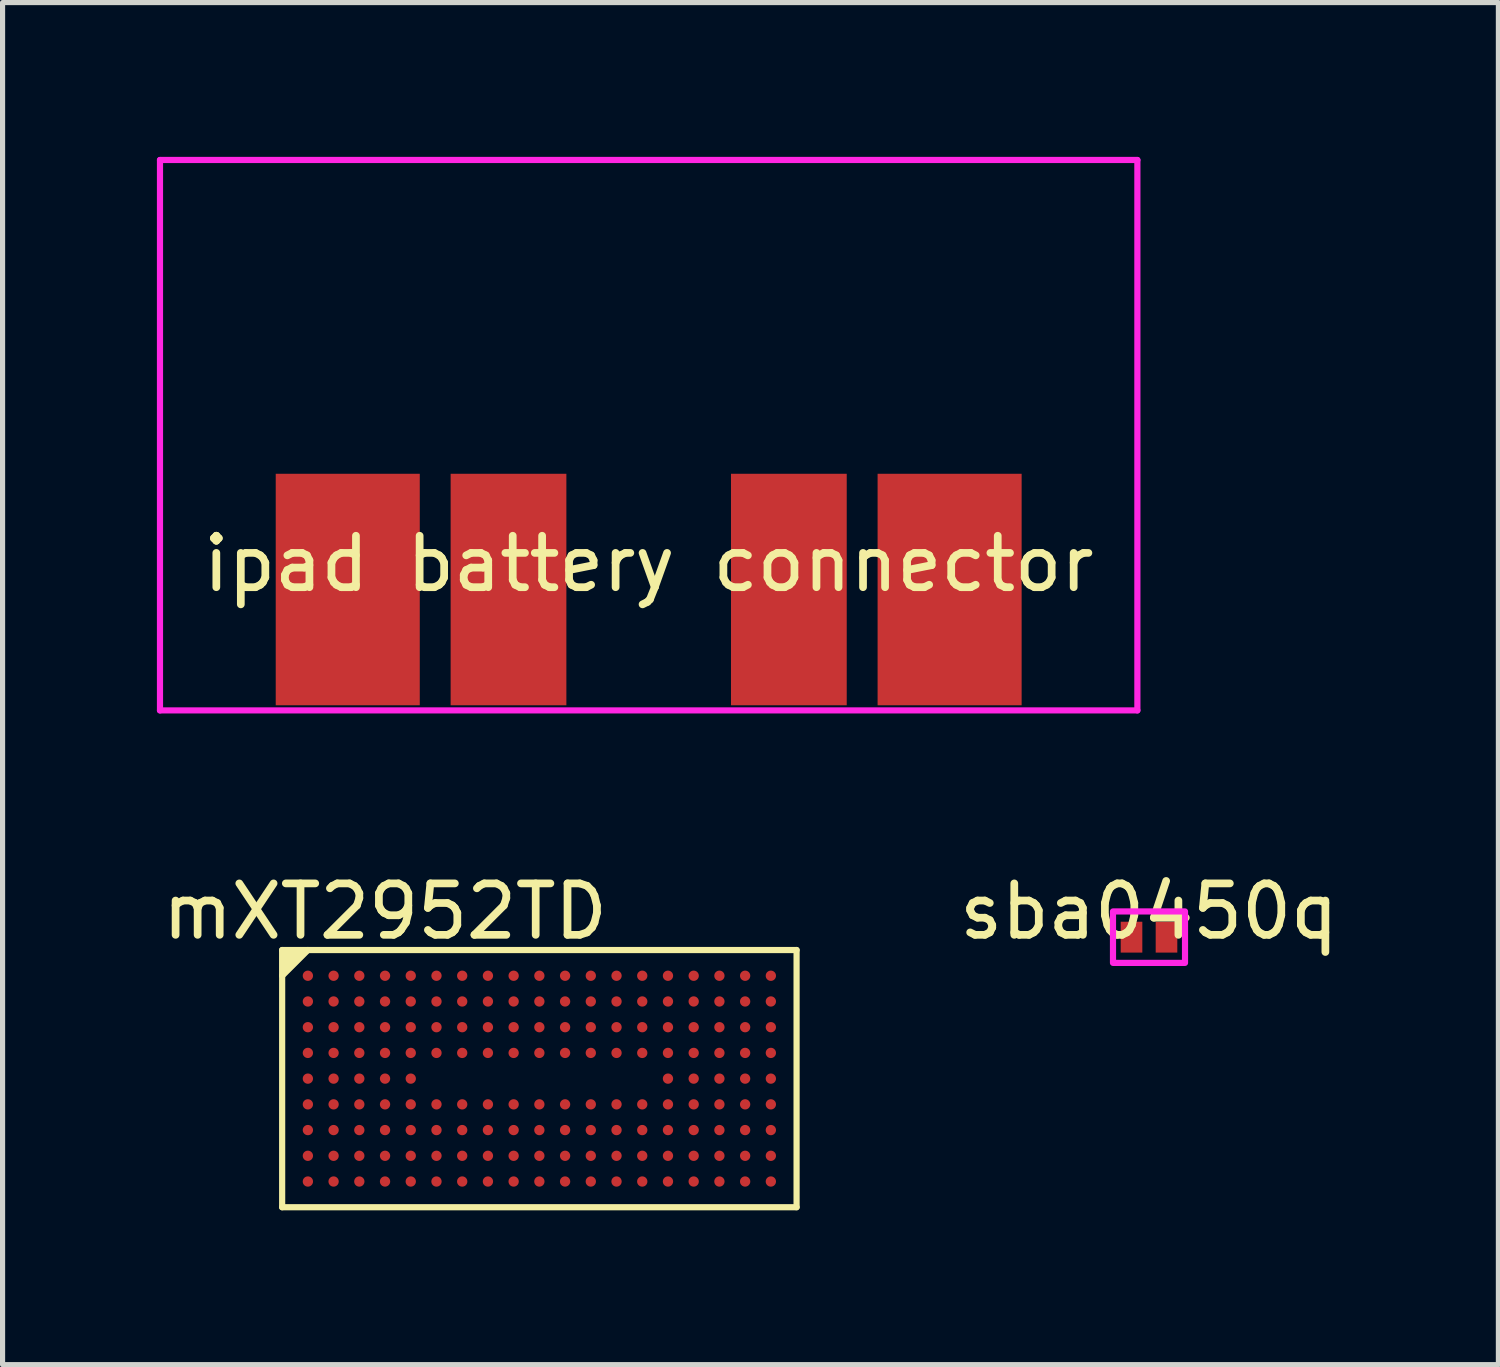
<source format=kicad_pcb>
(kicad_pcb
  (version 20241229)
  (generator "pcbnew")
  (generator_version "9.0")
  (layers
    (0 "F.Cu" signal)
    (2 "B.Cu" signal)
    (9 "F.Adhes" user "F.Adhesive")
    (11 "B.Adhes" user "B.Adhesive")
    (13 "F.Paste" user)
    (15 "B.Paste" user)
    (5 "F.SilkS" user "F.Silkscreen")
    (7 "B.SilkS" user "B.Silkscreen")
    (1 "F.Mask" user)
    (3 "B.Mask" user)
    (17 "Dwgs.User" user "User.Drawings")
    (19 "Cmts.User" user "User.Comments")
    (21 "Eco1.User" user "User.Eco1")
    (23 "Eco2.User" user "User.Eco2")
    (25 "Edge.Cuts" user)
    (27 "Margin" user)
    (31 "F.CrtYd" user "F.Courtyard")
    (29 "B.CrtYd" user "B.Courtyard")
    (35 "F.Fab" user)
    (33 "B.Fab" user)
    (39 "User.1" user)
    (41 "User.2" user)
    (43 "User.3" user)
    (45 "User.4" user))
  (footprint "ipad battery connector"
    (layer "F.Cu")
    (at 9.56 8.41)
    (property "Reference" "ipad battery connector" (at 0 -0.5 0) (unlocked yes) (layer "F.SilkS") (effects (font (size 1 1) (thickness 0.15))))
    (fp_line (start -9.5 -8.35) (end 9.5 -8.35) (stroke (width 0.12) (type solid)) (layer "F.CrtYd"))
    (fp_line (start -9.5 2.35) (end -9.5 -8.35) (stroke (width 0.12) (type solid)) (layer "F.CrtYd"))
    (fp_line (start 9.5 -8.35) (end 9.5 2.35) (stroke (width 0.12) (type solid)) (layer "F.CrtYd"))
    (fp_line (start 9.5 2.35) (end -9.5 2.35) (stroke (width 0.12) (type solid)) (layer "F.CrtYd"))
    (pad "1" smd rect (at 5.85 0 180) (size 2.8 4.5) (layers "F.Cu" "F.Mask"))
    (pad "2" smd rect (at 2.725 0 180) (size 2.25 4.5) (layers "F.Cu" "F.Mask"))
    (pad "3" smd rect (at -2.725 0 180) (size 2.25 4.5) (layers "F.Cu" "F.Mask"))
    (pad "4" smd rect (at -5.85 0 180) (size 2.8 4.5) (layers "F.Cu" "F.Mask")))
  (footprint "mXT2952TD"
    (layer "F.Cu")
    (at 7.435 17.918)
    (property "Reference" "mXT2952TD" (at -3 -3.25 0) (layer "F.SilkS") (effects (font (size 1 1) (thickness 0.15))))
    (attr through_hole)
    (fp_line (start -5 -2.5) (end 5 -2.5) (stroke (width 0.12) (type solid)) (layer "F.SilkS"))
    (fp_line (start -5 2.5) (end -5 -2.5) (stroke (width 0.12) (type solid)) (layer "F.SilkS"))
    (fp_line (start -4.5 -2.5) (end -5 -2) (stroke (width 0.12) (type solid)) (layer "F.SilkS"))
    (fp_line (start 5 -2.5) (end 5 2.5) (stroke (width 0.12) (type solid)) (layer "F.SilkS"))
    (fp_line (start 5 2.5) (end -5 2.5) (stroke (width 0.12) (type solid)) (layer "F.SilkS"))
    (fp_poly (pts (xy -4.5 -2.5) (xy -5 -2) (xy -5 -2.5)) (stroke (width 0.1) (type solid)) (fill yes) (layer "F.SilkS"))
    (pad "A1" smd circle (at -4.5 -2 90) (size 0.2 0.2) (layers "F.Cu" "F.Mask" "F.Paste"))
    (pad "A2" smd circle (at -4 -2 90) (size 0.2 0.2) (layers "F.Cu" "F.Mask" "F.Paste"))
    (pad "A3" smd circle (at -3.5 -2 90) (size 0.2 0.2) (layers "F.Cu" "F.Mask" "F.Paste"))
    (pad "A4" smd circle (at -3 -2 90) (size 0.2 0.2) (layers "F.Cu" "F.Mask" "F.Paste"))
    (pad "A5" smd circle (at -2.5 -2 90) (size 0.2 0.2) (layers "F.Cu" "F.Mask" "F.Paste"))
    (pad "A6" smd circle (at -2 -2 90) (size 0.2 0.2) (layers "F.Cu" "F.Mask" "F.Paste"))
    (pad "A7" smd circle (at -1.5 -2 90) (size 0.2 0.2) (layers "F.Cu" "F.Mask" "F.Paste"))
    (pad "A8" smd circle (at -1 -2 90) (size 0.2 0.2) (layers "F.Cu" "F.Mask" "F.Paste"))
    (pad "A9" smd circle (at -0.5 -2 90) (size 0.2 0.2) (layers "F.Cu" "F.Mask" "F.Paste"))
    (pad "A10" smd circle (at 0 -2 90) (size 0.2 0.2) (layers "F.Cu" "F.Mask" "F.Paste"))
    (pad "A11" smd circle (at 0.5 -2 90) (size 0.2 0.2) (layers "F.Cu" "F.Mask" "F.Paste"))
    (pad "A12" smd circle (at 1 -2 90) (size 0.2 0.2) (layers "F.Cu" "F.Mask" "F.Paste"))
    (pad "A13" smd circle (at 1.5 -2 90) (size 0.2 0.2) (layers "F.Cu" "F.Mask" "F.Paste"))
    (pad "A14" smd circle (at 2 -2 90) (size 0.2 0.2) (layers "F.Cu" "F.Mask" "F.Paste"))
    (pad "A15" smd circle (at 2.5 -2 90) (size 0.2 0.2) (layers "F.Cu" "F.Mask" "F.Paste"))
    (pad "A16" smd circle (at 3 -2 90) (size 0.2 0.2) (layers "F.Cu" "F.Mask" "F.Paste"))
    (pad "A17" smd circle (at 3.5 -2 90) (size 0.2 0.2) (layers "F.Cu" "F.Mask" "F.Paste"))
    (pad "A18" smd circle (at 4 -2 90) (size 0.2 0.2) (layers "F.Cu" "F.Mask" "F.Paste"))
    (pad "A19" smd circle (at 4.5 -2 90) (size 0.2 0.2) (layers "F.Cu" "F.Mask" "F.Paste"))
    (pad "B1" smd circle (at -4.5 -1.5 90) (size 0.2 0.2) (layers "F.Cu" "F.Mask" "F.Paste"))
    (pad "B2" smd circle (at -4 -1.5 90) (size 0.2 0.2) (layers "F.Cu" "F.Mask" "F.Paste"))
    (pad "B3" smd circle (at -3.5 -1.5 90) (size 0.2 0.2) (layers "F.Cu" "F.Mask" "F.Paste"))
    (pad "B4" smd circle (at -3 -1.5 90) (size 0.2 0.2) (layers "F.Cu" "F.Mask" "F.Paste"))
    (pad "B5" smd circle (at -2.5 -1.5 90) (size 0.2 0.2) (layers "F.Cu" "F.Mask" "F.Paste"))
    (pad "B6" smd circle (at -2 -1.5 90) (size 0.2 0.2) (layers "F.Cu" "F.Mask" "F.Paste"))
    (pad "B7" smd circle (at -1.5 -1.5 90) (size 0.2 0.2) (layers "F.Cu" "F.Mask" "F.Paste"))
    (pad "B8" smd circle (at -1 -1.5 90) (size 0.2 0.2) (layers "F.Cu" "F.Mask" "F.Paste"))
    (pad "B9" smd circle (at -0.5 -1.5 90) (size 0.2 0.2) (layers "F.Cu" "F.Mask" "F.Paste"))
    (pad "B10" smd circle (at 0 -1.5 90) (size 0.2 0.2) (layers "F.Cu" "F.Mask" "F.Paste"))
    (pad "B11" smd circle (at 0.5 -1.5 90) (size 0.2 0.2) (layers "F.Cu" "F.Mask" "F.Paste"))
    (pad "B12" smd circle (at 1 -1.5 90) (size 0.2 0.2) (layers "F.Cu" "F.Mask" "F.Paste"))
    (pad "B13" smd circle (at 1.5 -1.5 90) (size 0.2 0.2) (layers "F.Cu" "F.Mask" "F.Paste"))
    (pad "B14" smd circle (at 2 -1.5 90) (size 0.2 0.2) (layers "F.Cu" "F.Mask" "F.Paste"))
    (pad "B15" smd circle (at 2.5 -1.5 90) (size 0.2 0.2) (layers "F.Cu" "F.Mask" "F.Paste"))
    (pad "B16" smd circle (at 3 -1.5 90) (size 0.2 0.2) (layers "F.Cu" "F.Mask" "F.Paste"))
    (pad "B17" smd circle (at 3.5 -1.5 90) (size 0.2 0.2) (layers "F.Cu" "F.Mask" "F.Paste"))
    (pad "B18" smd circle (at 4 -1.5 90) (size 0.2 0.2) (layers "F.Cu" "F.Mask" "F.Paste"))
    (pad "B19" smd circle (at 4.5 -1.5 90) (size 0.2 0.2) (layers "F.Cu" "F.Mask" "F.Paste"))
    (pad "C1" smd circle (at -4.5 -1 90) (size 0.2 0.2) (layers "F.Cu" "F.Mask" "F.Paste"))
    (pad "C2" smd circle (at -4 -1 90) (size 0.2 0.2) (layers "F.Cu" "F.Mask" "F.Paste"))
    (pad "C3" smd circle (at -3.5 -1 90) (size 0.2 0.2) (layers "F.Cu" "F.Mask" "F.Paste"))
    (pad "C4" smd circle (at -3 -1 90) (size 0.2 0.2) (layers "F.Cu" "F.Mask" "F.Paste"))
    (pad "C5" smd circle (at -2.5 -1 90) (size 0.2 0.2) (layers "F.Cu" "F.Mask" "F.Paste"))
    (pad "C6" smd circle (at -2 -1 90) (size 0.2 0.2) (layers "F.Cu" "F.Mask" "F.Paste"))
    (pad "C7" smd circle (at -1.5 -1 90) (size 0.2 0.2) (layers "F.Cu" "F.Mask" "F.Paste"))
    (pad "C8" smd circle (at -1 -1 90) (size 0.2 0.2) (layers "F.Cu" "F.Mask" "F.Paste"))
    (pad "C9" smd circle (at -0.5 -1 90) (size 0.2 0.2) (layers "F.Cu" "F.Mask" "F.Paste"))
    (pad "C10" smd circle (at 0 -1 90) (size 0.2 0.2) (layers "F.Cu" "F.Mask" "F.Paste"))
    (pad "C11" smd circle (at 0.5 -1 90) (size 0.2 0.2) (layers "F.Cu" "F.Mask" "F.Paste"))
    (pad "C12" smd circle (at 1 -1 90) (size 0.2 0.2) (layers "F.Cu" "F.Mask" "F.Paste"))
    (pad "C13" smd circle (at 1.5 -1 90) (size 0.2 0.2) (layers "F.Cu" "F.Mask" "F.Paste"))
    (pad "C14" smd circle (at 2 -1 90) (size 0.2 0.2) (layers "F.Cu" "F.Mask" "F.Paste"))
    (pad "C15" smd circle (at 2.5 -1 90) (size 0.2 0.2) (layers "F.Cu" "F.Mask" "F.Paste"))
    (pad "C16" smd circle (at 3 -1 90) (size 0.2 0.2) (layers "F.Cu" "F.Mask" "F.Paste"))
    (pad "C17" smd circle (at 3.5 -1 90) (size 0.2 0.2) (layers "F.Cu" "F.Mask" "F.Paste"))
    (pad "C18" smd circle (at 4 -1 90) (size 0.2 0.2) (layers "F.Cu" "F.Mask" "F.Paste"))
    (pad "C19" smd circle (at 4.5 -1 90) (size 0.2 0.2) (layers "F.Cu" "F.Mask" "F.Paste"))
    (pad "D1" smd circle (at -4.5 -0.5 90) (size 0.2 0.2) (layers "F.Cu" "F.Mask" "F.Paste"))
    (pad "D2" smd circle (at -4 -0.5 90) (size 0.2 0.2) (layers "F.Cu" "F.Mask" "F.Paste"))
    (pad "D3" smd circle (at -3.5 -0.5 90) (size 0.2 0.2) (layers "F.Cu" "F.Mask" "F.Paste"))
    (pad "D4" smd circle (at -3 -0.5 90) (size 0.2 0.2) (layers "F.Cu" "F.Mask" "F.Paste"))
    (pad "D5" smd circle (at -2.5 -0.5 90) (size 0.2 0.2) (layers "F.Cu" "F.Mask" "F.Paste"))
    (pad "D6" smd circle (at -2 -0.5 90) (size 0.2 0.2) (layers "F.Cu" "F.Mask" "F.Paste"))
    (pad "D7" smd circle (at -1.5 -0.5 90) (size 0.2 0.2) (layers "F.Cu" "F.Mask" "F.Paste"))
    (pad "D8" smd circle (at -1 -0.5 90) (size 0.2 0.2) (layers "F.Cu" "F.Mask" "F.Paste"))
    (pad "D9" smd circle (at -0.5 -0.5 90) (size 0.2 0.2) (layers "F.Cu" "F.Mask" "F.Paste"))
    (pad "D10" smd circle (at 0 -0.5 90) (size 0.2 0.2) (layers "F.Cu" "F.Mask" "F.Paste"))
    (pad "D11" smd circle (at 0.5 -0.5 90) (size 0.2 0.2) (layers "F.Cu" "F.Mask" "F.Paste"))
    (pad "D12" smd circle (at 1 -0.5 90) (size 0.2 0.2) (layers "F.Cu" "F.Mask" "F.Paste"))
    (pad "D13" smd circle (at 1.5 -0.5 90) (size 0.2 0.2) (layers "F.Cu" "F.Mask" "F.Paste"))
    (pad "D14" smd circle (at 2 -0.5 90) (size 0.2 0.2) (layers "F.Cu" "F.Mask" "F.Paste"))
    (pad "D15" smd circle (at 2.5 -0.5 90) (size 0.2 0.2) (layers "F.Cu" "F.Mask" "F.Paste"))
    (pad "D16" smd circle (at 3 -0.5 90) (size 0.2 0.2) (layers "F.Cu" "F.Mask" "F.Paste"))
    (pad "D17" smd circle (at 3.5 -0.5 90) (size 0.2 0.2) (layers "F.Cu" "F.Mask" "F.Paste"))
    (pad "D18" smd circle (at 4 -0.5 90) (size 0.2 0.2) (layers "F.Cu" "F.Mask" "F.Paste"))
    (pad "D19" smd circle (at 4.5 -0.5 90) (size 0.2 0.2) (layers "F.Cu" "F.Mask" "F.Paste"))
    (pad "E1" smd circle (at -4.5 0 90) (size 0.2 0.2) (layers "F.Cu" "F.Mask" "F.Paste"))
    (pad "E2" smd circle (at -4 0 90) (size 0.2 0.2) (layers "F.Cu" "F.Mask" "F.Paste"))
    (pad "E3" smd circle (at -3.5 0 90) (size 0.2 0.2) (layers "F.Cu" "F.Mask" "F.Paste"))
    (pad "E4" smd circle (at -3 0 90) (size 0.2 0.2) (layers "F.Cu" "F.Mask" "F.Paste"))
    (pad "E5" smd circle (at -2.5 0 90) (size 0.2 0.2) (layers "F.Cu" "F.Mask" "F.Paste"))
    (pad "E15" smd circle (at 2.5 0 90) (size 0.2 0.2) (layers "F.Cu" "F.Mask" "F.Paste"))
    (pad "E16" smd circle (at 3 0 90) (size 0.2 0.2) (layers "F.Cu" "F.Mask" "F.Paste"))
    (pad "E17" smd circle (at 3.5 0 90) (size 0.2 0.2) (layers "F.Cu" "F.Mask" "F.Paste"))
    (pad "E18" smd circle (at 4 0 90) (size 0.2 0.2) (layers "F.Cu" "F.Mask" "F.Paste"))
    (pad "E19" smd circle (at 4.5 0 90) (size 0.2 0.2) (layers "F.Cu" "F.Mask" "F.Paste"))
    (pad "F1" smd circle (at -4.5 0.5 90) (size 0.2 0.2) (layers "F.Cu" "F.Mask" "F.Paste"))
    (pad "F2" smd circle (at -4 0.5 90) (size 0.2 0.2) (layers "F.Cu" "F.Mask" "F.Paste"))
    (pad "F3" smd circle (at -3.5 0.5 90) (size 0.2 0.2) (layers "F.Cu" "F.Mask" "F.Paste"))
    (pad "F4" smd circle (at -3 0.5 90) (size 0.2 0.2) (layers "F.Cu" "F.Mask" "F.Paste"))
    (pad "F5" smd circle (at -2.5 0.5 90) (size 0.2 0.2) (layers "F.Cu" "F.Mask" "F.Paste"))
    (pad "F6" smd circle (at -2 0.5 90) (size 0.2 0.2) (layers "F.Cu" "F.Mask" "F.Paste"))
    (pad "F7" smd circle (at -1.5 0.5 90) (size 0.2 0.2) (layers "F.Cu" "F.Mask" "F.Paste"))
    (pad "F8" smd circle (at -1 0.5 90) (size 0.2 0.2) (layers "F.Cu" "F.Mask" "F.Paste"))
    (pad "F9" smd circle (at -0.5 0.5 90) (size 0.2 0.2) (layers "F.Cu" "F.Mask" "F.Paste"))
    (pad "F10" smd circle (at 0 0.5 90) (size 0.2 0.2) (layers "F.Cu" "F.Mask" "F.Paste"))
    (pad "F11" smd circle (at 0.5 0.5 90) (size 0.2 0.2) (layers "F.Cu" "F.Mask" "F.Paste"))
    (pad "F12" smd circle (at 1 0.5 90) (size 0.2 0.2) (layers "F.Cu" "F.Mask" "F.Paste"))
    (pad "F13" smd circle (at 1.5 0.5 90) (size 0.2 0.2) (layers "F.Cu" "F.Mask" "F.Paste"))
    (pad "F14" smd circle (at 2 0.5 90) (size 0.2 0.2) (layers "F.Cu" "F.Mask" "F.Paste"))
    (pad "F15" smd circle (at 2.5 0.5 90) (size 0.2 0.2) (layers "F.Cu" "F.Mask" "F.Paste"))
    (pad "F16" smd circle (at 3 0.5 90) (size 0.2 0.2) (layers "F.Cu" "F.Mask" "F.Paste"))
    (pad "F17" smd circle (at 3.5 0.5 90) (size 0.2 0.2) (layers "F.Cu" "F.Mask" "F.Paste"))
    (pad "F18" smd circle (at 4 0.5 90) (size 0.2 0.2) (layers "F.Cu" "F.Mask" "F.Paste"))
    (pad "F19" smd circle (at 4.5 0.5 90) (size 0.2 0.2) (layers "F.Cu" "F.Mask" "F.Paste"))
    (pad "G1" smd circle (at -4.5 1 90) (size 0.2 0.2) (layers "F.Cu" "F.Mask" "F.Paste"))
    (pad "G2" smd circle (at -4 1 90) (size 0.2 0.2) (layers "F.Cu" "F.Mask" "F.Paste"))
    (pad "G3" smd circle (at -3.5 1 90) (size 0.2 0.2) (layers "F.Cu" "F.Mask" "F.Paste"))
    (pad "G4" smd circle (at -3 1 90) (size 0.2 0.2) (layers "F.Cu" "F.Mask" "F.Paste"))
    (pad "G5" smd circle (at -2.5 1 90) (size 0.2 0.2) (layers "F.Cu" "F.Mask" "F.Paste"))
    (pad "G6" smd circle (at -2 1 90) (size 0.2 0.2) (layers "F.Cu" "F.Mask" "F.Paste"))
    (pad "G7" smd circle (at -1.5 1 90) (size 0.2 0.2) (layers "F.Cu" "F.Mask" "F.Paste"))
    (pad "G8" smd circle (at -1 1 90) (size 0.2 0.2) (layers "F.Cu" "F.Mask" "F.Paste"))
    (pad "G9" smd circle (at -0.5 1 90) (size 0.2 0.2) (layers "F.Cu" "F.Mask" "F.Paste"))
    (pad "G10" smd circle (at 0 1 90) (size 0.2 0.2) (layers "F.Cu" "F.Mask" "F.Paste"))
    (pad "G11" smd circle (at 0.5 1 90) (size 0.2 0.2) (layers "F.Cu" "F.Mask" "F.Paste"))
    (pad "G12" smd circle (at 1 1 90) (size 0.2 0.2) (layers "F.Cu" "F.Mask" "F.Paste"))
    (pad "G13" smd circle (at 1.5 1 90) (size 0.2 0.2) (layers "F.Cu" "F.Mask" "F.Paste"))
    (pad "G14" smd circle (at 2 1 90) (size 0.2 0.2) (layers "F.Cu" "F.Mask" "F.Paste"))
    (pad "G15" smd circle (at 2.5 1 90) (size 0.2 0.2) (layers "F.Cu" "F.Mask" "F.Paste"))
    (pad "G16" smd circle (at 3 1 90) (size 0.2 0.2) (layers "F.Cu" "F.Mask" "F.Paste"))
    (pad "G17" smd circle (at 3.5 1 90) (size 0.2 0.2) (layers "F.Cu" "F.Mask" "F.Paste"))
    (pad "G18" smd circle (at 4 1 90) (size 0.2 0.2) (layers "F.Cu" "F.Mask" "F.Paste"))
    (pad "G19" smd circle (at 4.5 1 90) (size 0.2 0.2) (layers "F.Cu" "F.Mask" "F.Paste"))
    (pad "H1" smd circle (at -4.5 1.5 90) (size 0.2 0.2) (layers "F.Cu" "F.Mask" "F.Paste"))
    (pad "H2" smd circle (at -4 1.5 90) (size 0.2 0.2) (layers "F.Cu" "F.Mask" "F.Paste"))
    (pad "H3" smd circle (at -3.5 1.5 90) (size 0.2 0.2) (layers "F.Cu" "F.Mask" "F.Paste"))
    (pad "H4" smd circle (at -3 1.5 90) (size 0.2 0.2) (layers "F.Cu" "F.Mask" "F.Paste"))
    (pad "H5" smd circle (at -2.5 1.5 90) (size 0.2 0.2) (layers "F.Cu" "F.Mask" "F.Paste"))
    (pad "H6" smd circle (at -2 1.5 90) (size 0.2 0.2) (layers "F.Cu" "F.Mask" "F.Paste"))
    (pad "H7" smd circle (at -1.5 1.5 90) (size 0.2 0.2) (layers "F.Cu" "F.Mask" "F.Paste"))
    (pad "H8" smd circle (at -1 1.5 90) (size 0.2 0.2) (layers "F.Cu" "F.Mask" "F.Paste"))
    (pad "H9" smd circle (at -0.5 1.5 90) (size 0.2 0.2) (layers "F.Cu" "F.Mask" "F.Paste"))
    (pad "H10" smd circle (at 0 1.5 90) (size 0.2 0.2) (layers "F.Cu" "F.Mask" "F.Paste"))
    (pad "H11" smd circle (at 0.5 1.5 90) (size 0.2 0.2) (layers "F.Cu" "F.Mask" "F.Paste"))
    (pad "H12" smd circle (at 1 1.5 90) (size 0.2 0.2) (layers "F.Cu" "F.Mask" "F.Paste"))
    (pad "H13" smd circle (at 1.5 1.5 90) (size 0.2 0.2) (layers "F.Cu" "F.Mask" "F.Paste"))
    (pad "H14" smd circle (at 2 1.5 90) (size 0.2 0.2) (layers "F.Cu" "F.Mask" "F.Paste"))
    (pad "H15" smd circle (at 2.5 1.5 90) (size 0.2 0.2) (layers "F.Cu" "F.Mask" "F.Paste"))
    (pad "H16" smd circle (at 3 1.5 90) (size 0.2 0.2) (layers "F.Cu" "F.Mask" "F.Paste"))
    (pad "H17" smd circle (at 3.5 1.5 90) (size 0.2 0.2) (layers "F.Cu" "F.Mask" "F.Paste"))
    (pad "H18" smd circle (at 4 1.5 90) (size 0.2 0.2) (layers "F.Cu" "F.Mask" "F.Paste"))
    (pad "H19" smd circle (at 4.5 1.5 90) (size 0.2 0.2) (layers "F.Cu" "F.Mask" "F.Paste"))
    (pad "J1" smd circle (at -4.5 2 90) (size 0.2 0.2) (layers "F.Cu" "F.Mask" "F.Paste"))
    (pad "J2" smd circle (at -4 2 90) (size 0.2 0.2) (layers "F.Cu" "F.Mask" "F.Paste"))
    (pad "J3" smd circle (at -3.5 2 90) (size 0.2 0.2) (layers "F.Cu" "F.Mask" "F.Paste"))
    (pad "J4" smd circle (at -3 2 90) (size 0.2 0.2) (layers "F.Cu" "F.Mask" "F.Paste"))
    (pad "J5" smd circle (at -2.5 2 90) (size 0.2 0.2) (layers "F.Cu" "F.Mask" "F.Paste"))
    (pad "J6" smd circle (at -2 2 90) (size 0.2 0.2) (layers "F.Cu" "F.Mask" "F.Paste"))
    (pad "J7" smd circle (at -1.5 2 90) (size 0.2 0.2) (layers "F.Cu" "F.Mask" "F.Paste"))
    (pad "J8" smd circle (at -1 2 90) (size 0.2 0.2) (layers "F.Cu" "F.Mask" "F.Paste"))
    (pad "J9" smd circle (at -0.5 2 90) (size 0.2 0.2) (layers "F.Cu" "F.Mask" "F.Paste"))
    (pad "J10" smd circle (at 0 2 90) (size 0.2 0.2) (layers "F.Cu" "F.Mask" "F.Paste"))
    (pad "J11" smd circle (at 0.5 2 90) (size 0.2 0.2) (layers "F.Cu" "F.Mask" "F.Paste"))
    (pad "J12" smd circle (at 1 2 90) (size 0.2 0.2) (layers "F.Cu" "F.Mask" "F.Paste"))
    (pad "J13" smd circle (at 1.5 2 90) (size 0.2 0.2) (layers "F.Cu" "F.Mask" "F.Paste"))
    (pad "J14" smd circle (at 2 2 90) (size 0.2 0.2) (layers "F.Cu" "F.Mask" "F.Paste"))
    (pad "J15" smd circle (at 2.5 2 90) (size 0.2 0.2) (layers "F.Cu" "F.Mask" "F.Paste"))
    (pad "J16" smd circle (at 3 2 90) (size 0.2 0.2) (layers "F.Cu" "F.Mask" "F.Paste"))
    (pad "J17" smd circle (at 3.5 2 90) (size 0.2 0.2) (layers "F.Cu" "F.Mask" "F.Paste"))
    (pad "J18" smd circle (at 4 2 90) (size 0.2 0.2) (layers "F.Cu" "F.Mask" "F.Paste"))
    (pad "J19" smd circle (at 4.5 2 90) (size 0.2 0.2) (layers "F.Cu" "F.Mask" "F.Paste")))
  (footprint "sba0450q"
    (layer "F.Cu")
    (at 19.286 15.168)
    (property "Reference" "sba0450q" (at 0 -0.5 0) (unlocked yes) (layer "F.SilkS") (effects (font (size 1 1) (thickness 0.15))))
    (attr smd)
    (fp_rect (start -0.7 -0.5) (end 0.7 0.5) (stroke (width 0.12) (type solid)) (fill no) (layer "F.CrtYd"))
    (pad "1" smd rect (at -0.34 0) (size 0.42 0.6) (layers "F.Cu" "F.Mask" "F.Paste"))
    (pad "2" smd rect (at 0.34 0) (size 0.42 0.6) (layers "F.Cu" "F.Mask" "F.Paste")))
  (gr_rect
    (start -3 -3)
    (end 26.078 23.478)
    (stroke (width 0.1) (type default))
    (fill no)
    (layer "Edge.Cuts")))
</source>
